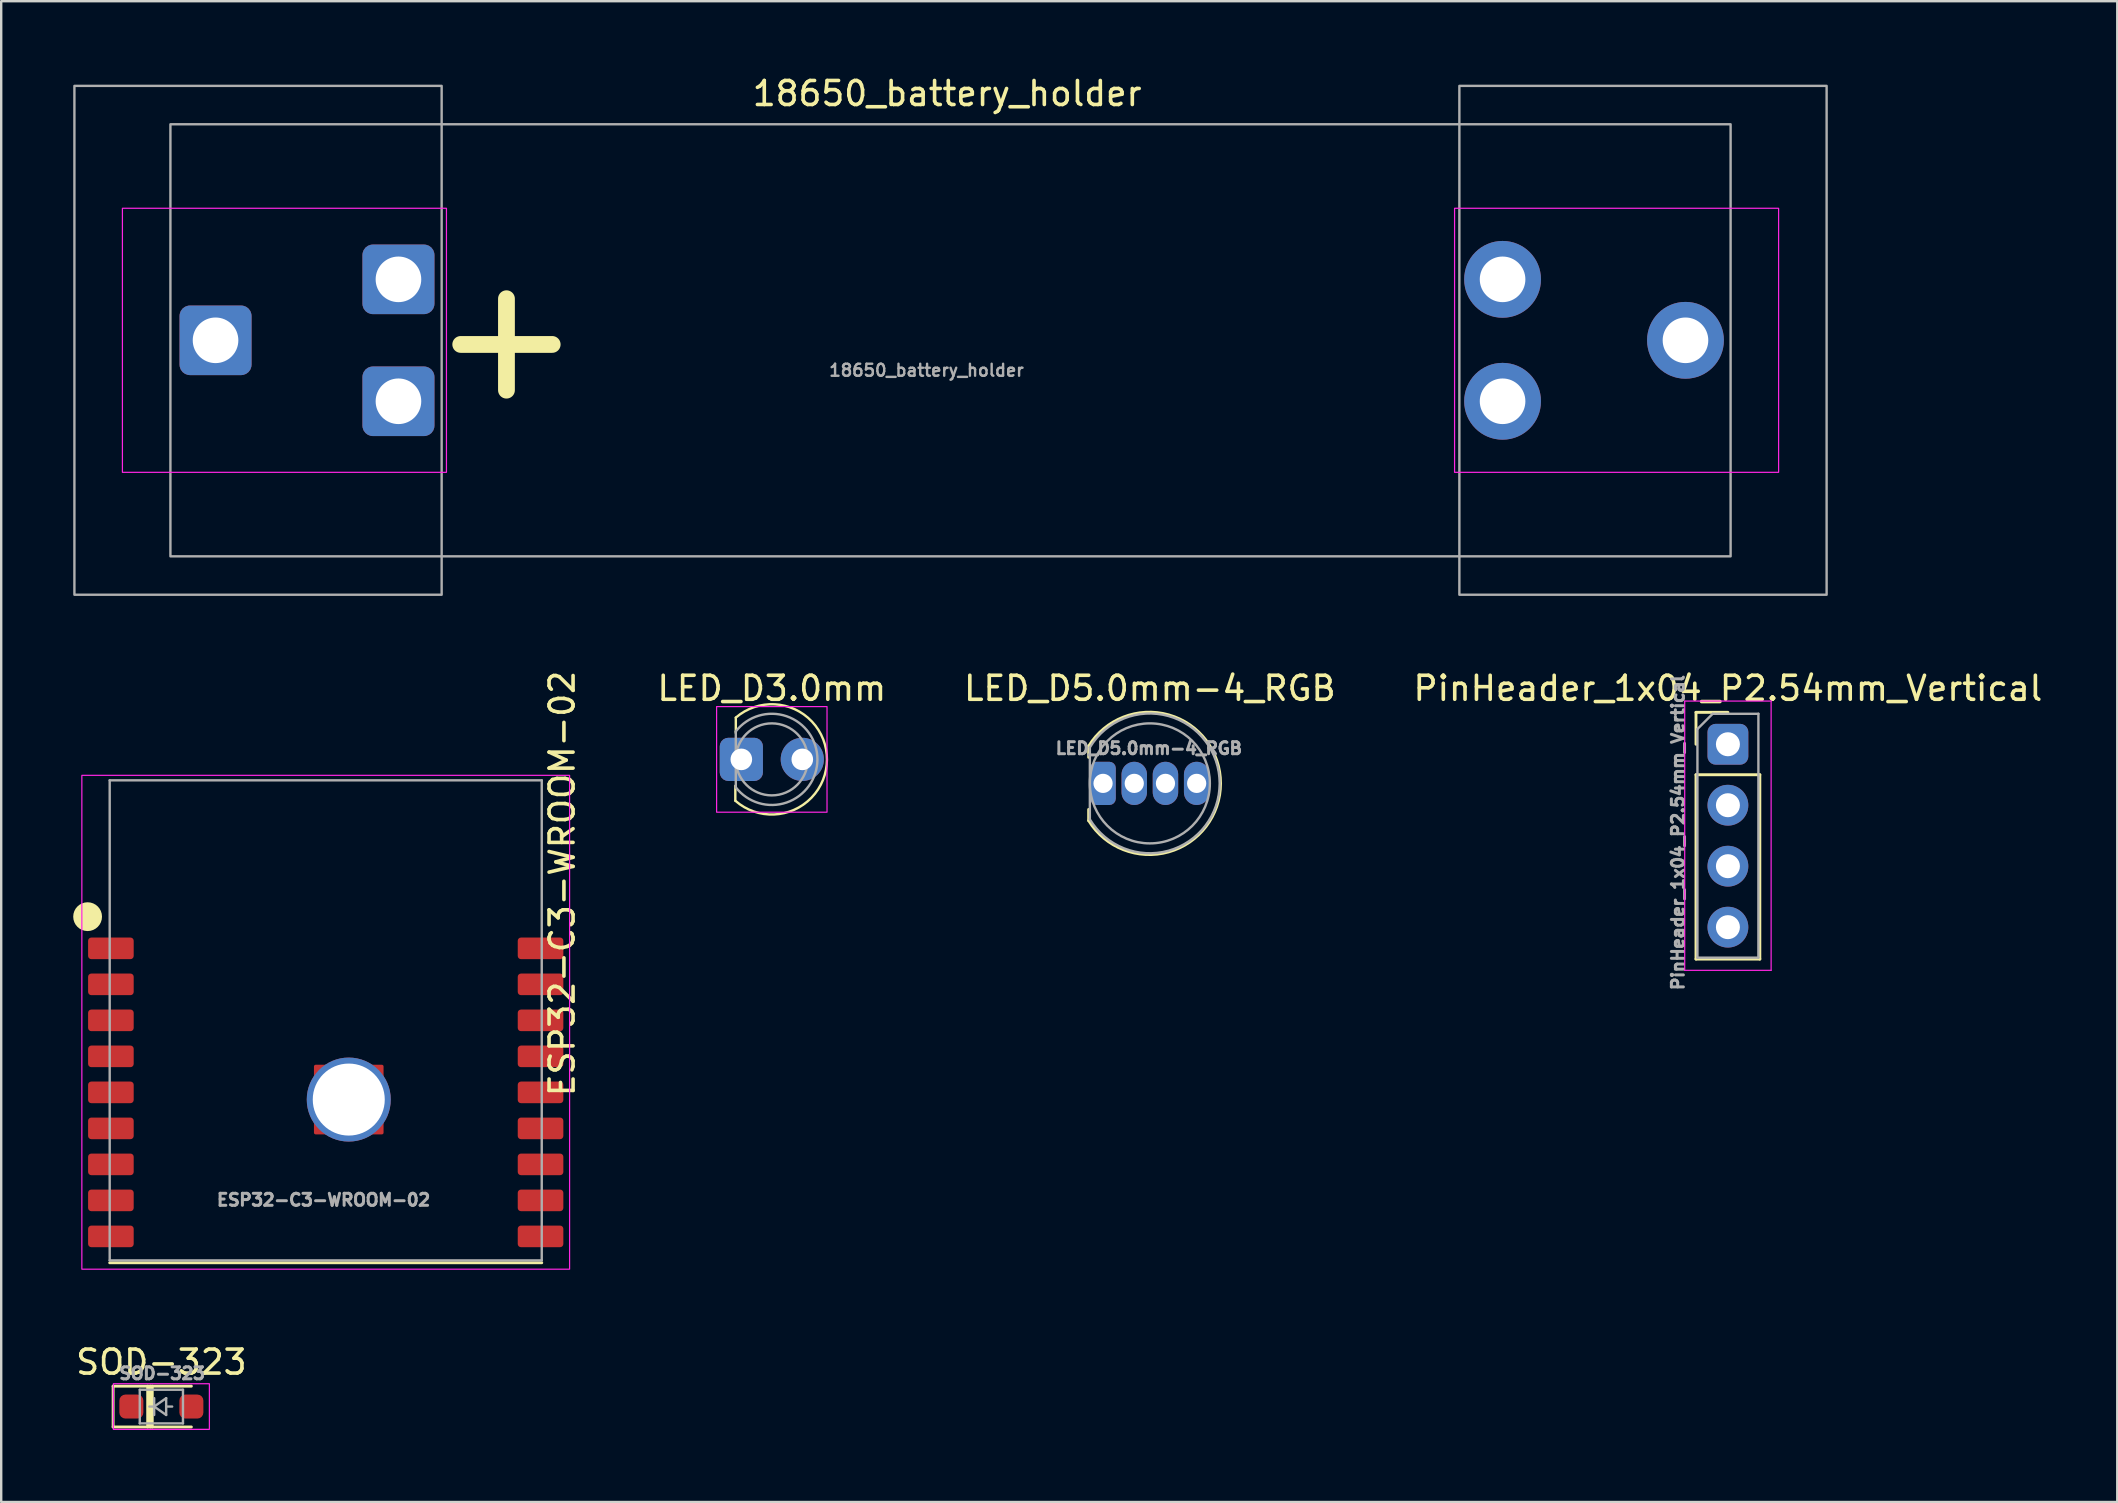
<source format=kicad_pcb>
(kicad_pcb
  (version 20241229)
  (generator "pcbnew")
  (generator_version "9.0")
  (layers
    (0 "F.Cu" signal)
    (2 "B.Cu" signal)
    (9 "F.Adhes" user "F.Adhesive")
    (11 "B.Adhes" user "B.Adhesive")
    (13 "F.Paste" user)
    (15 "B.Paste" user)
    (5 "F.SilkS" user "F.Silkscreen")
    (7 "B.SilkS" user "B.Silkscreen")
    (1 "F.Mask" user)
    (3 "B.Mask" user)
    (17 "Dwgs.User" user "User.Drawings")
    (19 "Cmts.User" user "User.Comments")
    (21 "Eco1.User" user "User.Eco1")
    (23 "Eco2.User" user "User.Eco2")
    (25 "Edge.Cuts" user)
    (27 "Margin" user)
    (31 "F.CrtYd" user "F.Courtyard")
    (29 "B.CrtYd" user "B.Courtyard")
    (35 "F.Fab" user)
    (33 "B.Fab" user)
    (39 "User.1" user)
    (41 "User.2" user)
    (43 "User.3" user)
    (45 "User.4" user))
  (footprint "PinHeader_1x04_P2.54mm_Vertical"
    (layer "F.Cu")
    (at 68.938 31.767)
    (property "Reference" "PinHeader_1x04_P2.54mm_Vertical" (at 0 -6.14 0) (layer "F.SilkS") (effects (font (size 1 1) (thickness 0.15))))
    (attr through_hole)
    (fp_line (start -1.33 -5.14) (end 0 -5.14) (stroke (width 0.12) (type solid)) (layer "F.SilkS"))
    (fp_line (start -1.33 -3.81) (end -1.33 -5.14) (stroke (width 0.12) (type solid)) (layer "F.SilkS"))
    (fp_line (start -1.33 -2.54) (end -1.33 5.14) (stroke (width 0.12) (type solid)) (layer "F.SilkS"))
    (fp_line (start -1.33 -2.54) (end 1.33 -2.54) (stroke (width 0.12) (type solid)) (layer "F.SilkS"))
    (fp_line (start -1.33 5.14) (end 1.33 5.14) (stroke (width 0.12) (type solid)) (layer "F.SilkS"))
    (fp_line (start 1.33 -2.54) (end 1.33 5.14) (stroke (width 0.12) (type solid)) (layer "F.SilkS"))
    (fp_line (start -1.8 -5.61) (end -1.8 5.61) (stroke (width 0.05) (type solid)) (layer "F.CrtYd"))
    (fp_line (start -1.8 5.61) (end 1.8 5.61) (stroke (width 0.05) (type solid)) (layer "F.CrtYd"))
    (fp_line (start 1.8 -5.61) (end -1.8 -5.61) (stroke (width 0.05) (type solid)) (layer "F.CrtYd"))
    (fp_line (start 1.8 5.61) (end 1.8 -5.61) (stroke (width 0.05) (type solid)) (layer "F.CrtYd"))
    (fp_line (start -1.27 -4.445) (end -0.635 -5.08) (stroke (width 0.1) (type solid)) (layer "F.Fab"))
    (fp_line (start -1.27 5.08) (end -1.27 -4.445) (stroke (width 0.1) (type solid)) (layer "F.Fab"))
    (fp_line (start -0.635 -5.08) (end 1.27 -5.08) (stroke (width 0.1) (type solid)) (layer "F.Fab"))
    (fp_line (start 1.27 -5.08) (end 1.27 5.08) (stroke (width 0.1) (type solid)) (layer "F.Fab"))
    (fp_line (start 1.27 5.08) (end -1.27 5.08) (stroke (width 0.1) (type solid)) (layer "F.Fab"))
    (fp_text user "${REFERENCE}" (at -2.08 -0.13 90) (layer "F.Fab") (effects (font (size 0.5 0.5) (thickness 0.125))))
    (pad "1" thru_hole roundrect (at 0 -3.81) (size 1.7 1.7) (drill 1) (layers "*.Cu" "*.Mask") (roundrect_rratio 0.2))
    (pad "2" thru_hole oval (at 0 -1.27) (size 1.7 1.7) (drill 1) (layers "*.Cu" "*.Mask"))
    (pad "3" thru_hole oval (at 0 1.27) (size 1.7 1.7) (drill 1) (layers "*.Cu" "*.Mask"))
    (pad "4" thru_hole oval (at 0 3.81) (size 1.7 1.7) (drill 1) (layers "*.Cu" "*.Mask")))
  (footprint "ESP32-C3-WROOM-02"
    (layer "F.Cu")
    (at 10.52 42.46)
    (property "Reference" "ESP32-C3-WROOM-02" (at 9.85 -8.7 90) (unlocked yes) (layer "F.SilkS") (effects (font (size 1 1) (thickness 0.15))))
    (attr smd)
    (fp_line (start 9 7.1) (end -9 7.1) (stroke (width 0.12) (type solid)) (layer "F.SilkS"))
    (fp_circle (center -9.92 -7.32) (end -9.62 -7.32) (stroke (width 0.6) (type default)) (fill no) (layer "F.SilkS"))
    (fp_rect (start -10.16 -13.208) (end 10.16 7.366) (stroke (width 0.05) (type default)) (fill no) (layer "F.CrtYd"))
    (fp_line (start -9 -13) (end 9 -13) (stroke (width 0.1) (type solid)) (layer "F.Fab"))
    (fp_line (start -9 7) (end -9 -13) (stroke (width 0.1) (type solid)) (layer "F.Fab"))
    (fp_line (start 9 -13) (end 9 7) (stroke (width 0.1) (type solid)) (layer "F.Fab"))
    (fp_line (start 9 7) (end -9 7) (stroke (width 0.1) (type solid)) (layer "F.Fab"))
    (fp_text user "${REFERENCE}" (at -0.09 4.48 0) (unlocked yes) (layer "F.Fab") (effects (font (size 0.5 0.5) (thickness 0.125))))
    (pad "1" smd roundrect (at -8.95 -6) (size 1.9 0.9) (layers "F.Cu" "F.Mask" "F.Paste") (roundrect_rratio 0.15))
    (pad "2" smd roundrect (at -8.95 -4.5) (size 1.9 0.9) (layers "F.Cu" "F.Mask" "F.Paste") (roundrect_rratio 0.15))
    (pad "3" smd roundrect (at -8.95 -3) (size 1.9 0.9) (layers "F.Cu" "F.Mask" "F.Paste") (roundrect_rratio 0.15))
    (pad "4" smd roundrect (at -8.95 -1.5) (size 1.9 0.9) (layers "F.Cu" "F.Mask" "F.Paste") (roundrect_rratio 0.15))
    (pad "5" smd roundrect (at -8.95 0) (size 1.9 0.9) (layers "F.Cu" "F.Mask" "F.Paste") (roundrect_rratio 0.15))
    (pad "6" smd roundrect (at -8.95 1.5) (size 1.9 0.9) (layers "F.Cu" "F.Mask" "F.Paste") (roundrect_rratio 0.15))
    (pad "7" smd roundrect (at -8.95 3) (size 1.9 0.9) (layers "F.Cu" "F.Mask" "F.Paste") (roundrect_rratio 0.15))
    (pad "8" smd roundrect (at -8.95 4.5) (size 1.9 0.9) (layers "F.Cu" "F.Mask" "F.Paste") (roundrect_rratio 0.15))
    (pad "9" smd roundrect (at -8.95 6) (size 1.9 0.9) (layers "F.Cu" "F.Mask" "F.Paste") (roundrect_rratio 0.15))
    (pad "10" smd roundrect (at 8.95 6) (size 1.9 0.9) (layers "F.Cu" "F.Mask" "F.Paste") (roundrect_rratio 0.15))
    (pad "11" smd roundrect (at 8.95 4.5) (size 1.9 0.9) (layers "F.Cu" "F.Mask" "F.Paste") (roundrect_rratio 0.15))
    (pad "12" smd roundrect (at 8.95 3) (size 1.9 0.9) (layers "F.Cu" "F.Mask" "F.Paste") (roundrect_rratio 0.15))
    (pad "13" smd roundrect (at 8.95 1.5) (size 1.9 0.9) (layers "F.Cu" "F.Mask" "F.Paste") (roundrect_rratio 0.15))
    (pad "14" smd roundrect (at 8.95 0) (size 1.9 0.9) (layers "F.Cu" "F.Mask" "F.Paste") (roundrect_rratio 0.15))
    (pad "15" smd roundrect (at 8.95 -1.5) (size 1.9 0.9) (layers "F.Cu" "F.Mask" "F.Paste") (roundrect_rratio 0.15))
    (pad "16" smd roundrect (at 8.95 -3) (size 1.9 0.9) (layers "F.Cu" "F.Mask" "F.Paste") (roundrect_rratio 0.15))
    (pad "17" smd roundrect (at 8.95 -4.5) (size 1.9 0.9) (layers "F.Cu" "F.Mask" "F.Paste") (roundrect_rratio 0.15))
    (pad "18" smd roundrect (at 8.95 -6) (size 1.9 0.9) (layers "F.Cu" "F.Mask" "F.Paste") (roundrect_rratio 0.15))
    (pad "19" smd roundrect (at -0.14 -0.8) (size 0.7 0.7) (layers "F.Cu" "F.Mask" "F.Paste") (roundrect_rratio 0.1))
    (pad "19" smd roundrect (at -0.14 0.3) (size 0.7 0.7) (layers "F.Cu" "F.Mask" "F.Paste") (roundrect_rratio 0.1))
    (pad "19" smd roundrect (at -0.14 1.4) (size 0.7 0.7) (layers "F.Cu" "F.Mask" "F.Paste") (roundrect_rratio 0.1))
    (pad "19" smd roundrect (at 0.96 -0.8) (size 0.7 0.7) (layers "F.Cu" "F.Mask" "F.Paste") (roundrect_rratio 0.1))
    (pad "19" smd roundrect (at 0.96 0.3) (size 0.7 0.7) (layers "F.Cu" "F.Mask" "F.Paste") (roundrect_rratio 0.1))
    (pad "19" thru_hole circle (at 0.96 0.3) (size 3.5 3.5) (drill 3) (layers "*.Cu" "*.Mask"))
    (pad "19" smd roundrect (at 0.96 1.4) (size 0.7 0.7) (layers "F.Cu" "F.Mask" "F.Paste") (roundrect_rratio 0.1))
    (pad "19" smd roundrect (at 2.06 -0.8) (size 0.7 0.7) (layers "F.Cu" "F.Mask" "F.Paste") (roundrect_rratio 0.1))
    (pad "19" smd roundrect (at 2.06 0.3) (size 0.7 0.7) (layers "F.Cu" "F.Mask" "F.Paste") (roundrect_rratio 0.1))
    (pad "19" smd roundrect (at 2.06 1.4) (size 0.7 0.7) (layers "F.Cu" "F.Mask" "F.Paste") (roundrect_rratio 0.1))
    (zone (net_name "") (layers "F.Cu" "B.Cu") (hatch edge 0.508) (connect_pads) (min_thickness 0.254) (filled_areas_thickness no) (keepout (tracks not_allowed) (vias not_allowed) (pads not_allowed) (copperpour not_allowed) (footprints allowed)) (placement (enabled no)) (fill) (polygon (pts (xy 19.62 35.86) (xy 1.42 35.87) (xy 1.42 29.26) (xy 19.62 29.26)))))
  (footprint "SOD-323"
    (layer "F.Cu")
    (at 3.673 55.55)
    (property "Reference" "SOD-323" (at 0 -1.85 0) (layer "F.SilkS") (effects (font (size 1 1) (thickness 0.15))))
    (attr smd)
    (fp_line (start -2.01 -0.85) (end -2.01 0.85) (stroke (width 0.12) (type solid)) (layer "F.SilkS"))
    (fp_line (start -2.01 -0.85) (end 1.25 -0.85) (stroke (width 0.12) (type solid)) (layer "F.SilkS"))
    (fp_line (start -2.01 0.85) (end 1.25 0.85) (stroke (width 0.12) (type solid)) (layer "F.SilkS"))
    (fp_line (start -0.57 -0.85) (end -0.57 0.85) (stroke (width 0.12) (type default)) (layer "F.SilkS"))
    (fp_line (start -0.46 -0.85) (end -0.46 0.85) (stroke (width 0.12) (type default)) (layer "F.SilkS"))
    (fp_line (start -0.38 -0.85) (end -0.38 0.85) (stroke (width 0.12) (type default)) (layer "F.SilkS"))
    (fp_rect (start 2 0.95) (end -2 -0.95) (stroke (width 0.05) (type default)) (fill no) (layer "F.CrtYd"))
    (fp_line (start -0.9 -0.7) (end 0.9 -0.7) (stroke (width 0.1) (type solid)) (layer "F.Fab"))
    (fp_line (start -0.9 0.7) (end -0.9 -0.7) (stroke (width 0.1) (type solid)) (layer "F.Fab"))
    (fp_line (start -0.3 -0.35) (end -0.3 0.35) (stroke (width 0.1) (type solid)) (layer "F.Fab"))
    (fp_line (start -0.3 0) (end -0.5 0) (stroke (width 0.1) (type solid)) (layer "F.Fab"))
    (fp_line (start -0.3 0) (end 0.2 -0.35) (stroke (width 0.1) (type solid)) (layer "F.Fab"))
    (fp_line (start 0.2 -0.35) (end 0.2 0.35) (stroke (width 0.1) (type solid)) (layer "F.Fab"))
    (fp_line (start 0.2 0) (end 0.45 0) (stroke (width 0.1) (type solid)) (layer "F.Fab"))
    (fp_line (start 0.2 0.35) (end -0.3 0) (stroke (width 0.1) (type solid)) (layer "F.Fab"))
    (fp_line (start 0.9 -0.7) (end 0.9 0.7) (stroke (width 0.1) (type solid)) (layer "F.Fab"))
    (fp_line (start 0.9 0.7) (end -0.9 0.7) (stroke (width 0.1) (type solid)) (layer "F.Fab"))
    (fp_text user "${REFERENCE}" (at 0.03 -1.38 0) (layer "F.Fab") (effects (font (size 0.5 0.5) (thickness 0.125))))
    (pad "A" smd roundrect (at 1.25 0) (size 1 1) (layers "F.Cu" "F.Mask" "F.Paste") (roundrect_rratio 0.25))
    (pad "K" smd roundrect (at -1.25 0) (size 1 1) (layers "F.Cu" "F.Mask" "F.Paste") (roundrect_rratio 0.25)))
  (footprint "LED_D3.0mm"
    (layer "F.Cu")
    (at 29.105 28.587)
    (property "Reference" "LED_D3.0mm" (at 0 -2.96 0) (layer "F.SilkS") (effects (font (size 1 1) (thickness 0.15))))
    (attr through_hole)
    (fp_line (start -1.52 1.723) (end -1.52 1.1) (stroke (width 0.1) (type default)) (layer "F.SilkS"))
    (fp_line (start -1.5 -1.74) (end -1.5 -1.1) (stroke (width 0.1) (type default)) (layer "F.SilkS"))
    (fp_arc (start -1.499999 -1.739999) (mid 2.297263 0.013233) (end -1.519945 1.722604) (stroke (width 0.1) (type default)) (layer "F.SilkS"))
    (fp_rect (start -2.3 -2.2) (end 2.3 2.2) (stroke (width 0.05) (type default)) (fill no) (layer "F.CrtYd"))
    (fp_line (start -1.5 -1.166) (end -1.5 1.166) (stroke (width 0.1) (type solid)) (layer "F.Fab"))
    (fp_arc (start -1.5 -1.16619) (mid 1.9 0.000452) (end -1.500555 1.165476) (stroke (width 0.1) (type solid)) (layer "F.Fab"))
    (fp_circle (center 0 0) (end 1.5 0) (stroke (width 0.1) (type solid)) (fill no) (layer "F.Fab"))
    (pad "A" thru_hole circle (at 1.27 0) (size 1.8 1.8) (drill 0.9) (layers "*.Cu" "*.Mask"))
    (pad "K" thru_hole roundrect (at -1.27 0) (size 1.8 1.8) (drill 0.9) (layers "*.Cu" "*.Mask") (roundrect_rratio 0.2)))
  (footprint "LED_D5.0mm-4_RGB"
    (layer "F.Cu")
    (at 44.855 29.587)
    (property "Reference" "LED_D5.0mm-4_RGB" (at 0 -3.96 0) (layer "F.SilkS") (effects (font (size 1 1) (thickness 0.15))))
    (attr through_hole)
    (fp_line (start -2.55 -1.55) (end -2.55 -1.085) (stroke (width 0.12) (type solid)) (layer "F.SilkS"))
    (fp_line (start -2.55 1.085) (end -2.55 1.55) (stroke (width 0.12) (type solid)) (layer "F.SilkS"))
    (fp_arc (start -2.55 -1.55) (mid 2.945885 0) (end -2.55 1.55) (stroke (width 0.12) (type default)) (layer "F.SilkS"))
    (fp_line (start -2.5 -1.5) (end -2.5 1.5) (stroke (width 0.1) (type solid)) (layer "F.Fab"))
    (fp_arc (start -2.5 -1.5) (mid 2.908825 0) (end -2.5 1.5) (stroke (width 0.1) (type solid)) (layer "F.Fab"))
    (fp_circle (center 0 0) (end 2.5 0) (stroke (width 0.1) (type solid)) (fill no) (layer "F.Fab"))
    (fp_text user "${REFERENCE}" (at -0.04 -1.46 0) (layer "F.Fab") (effects (font (size 0.5 0.5) (thickness 0.125))))
    (pad "Ab" thru_hole roundrect (at -1.95 0) (size 1.06 1.8) (drill 0.8) (layers "*.Cu" "*.Mask") (roundrect_rratio 0.25))
    (pad "Ag" thru_hole oval (at 1.95 0) (size 1.06 1.8) (drill 0.8) (layers "*.Cu" "*.Mask"))
    (pad "Ar" thru_hole oval (at 0.65 0) (size 1.06 1.8) (drill 0.8) (layers "*.Cu" "*.Mask"))
    (pad "K" thru_hole oval (at -0.65 0) (size 1.06 1.8) (drill 0.8) (layers "*.Cu" "*.Mask")))
  (footprint "18650_battery_holder"
    (layer "F.Cu")
    (at 36.55 11.128)
    (property "Reference" "18650_battery_holder" (at -0.14 -10.28 0) (layer "F.SilkS") (effects (font (size 1 1) (thickness 0.15))))
    (attr through_hole)
    (fp_rect (start -34.5 -5.5) (end -21 5.5) (stroke (width 0.05) (type default)) (fill no) (layer "F.CrtYd"))
    (fp_rect (start 21 -5.5) (end 34.5 5.5) (stroke (width 0.05) (type default)) (fill no) (layer "F.CrtYd"))
    (fp_rect (start -36.5 -10.6) (end -21.2 10.6) (stroke (width 0.1) (type default)) (fill no) (layer "F.Fab"))
    (fp_rect (start -32.5 -9) (end 32.5 9) (stroke (width 0.1) (type default)) (fill no) (layer "F.Fab"))
    (fp_rect (start 21.2 -10.6) (end 36.5 10.6) (stroke (width 0.1) (type default)) (fill no) (layer "F.Fab"))
    (fp_text user "+" (at -18.5 -0.2 0) (layer "F.SilkS") (effects (font (size 5 5) (thickness 0.7))))
    (fp_text user "${REFERENCE}" (at -1 1.25 0) (layer "F.Fab") (effects (font (size 0.5 0.5) (thickness 0.1))))
    (pad "+" thru_hole roundrect (at -30.62 0) (size 3 2.9) (drill 1.9) (layers "*.Cu" "*.Mask") (roundrect_rratio 0.15))
    (pad "+" thru_hole roundrect (at -23 -2.54) (size 3 2.9) (drill 1.9) (layers "*.Cu" "*.Mask") (roundrect_rratio 0.15))
    (pad "+" thru_hole roundrect (at -23 2.54) (size 3 2.9) (drill 1.9) (layers "*.Cu" "*.Mask") (roundrect_rratio 0.15))
    (pad "-" thru_hole circle (at 23 -2.54) (size 3.2 3.2) (drill 1.9) (layers "*.Cu" "*.Mask"))
    (pad "-" thru_hole circle (at 23 2.54) (size 3.2 3.2) (drill 1.9) (layers "*.Cu" "*.Mask"))
    (pad "-" thru_hole circle (at 30.62 0) (size 3.2 3.2) (drill 1.9) (layers "*.Cu" "*.Mask")))
  (gr_rect
    (start -3 -3)
    (end 85.159 59.525)
    (stroke (width 0.1) (type default))
    (fill no)
    (layer "Edge.Cuts")))
</source>
